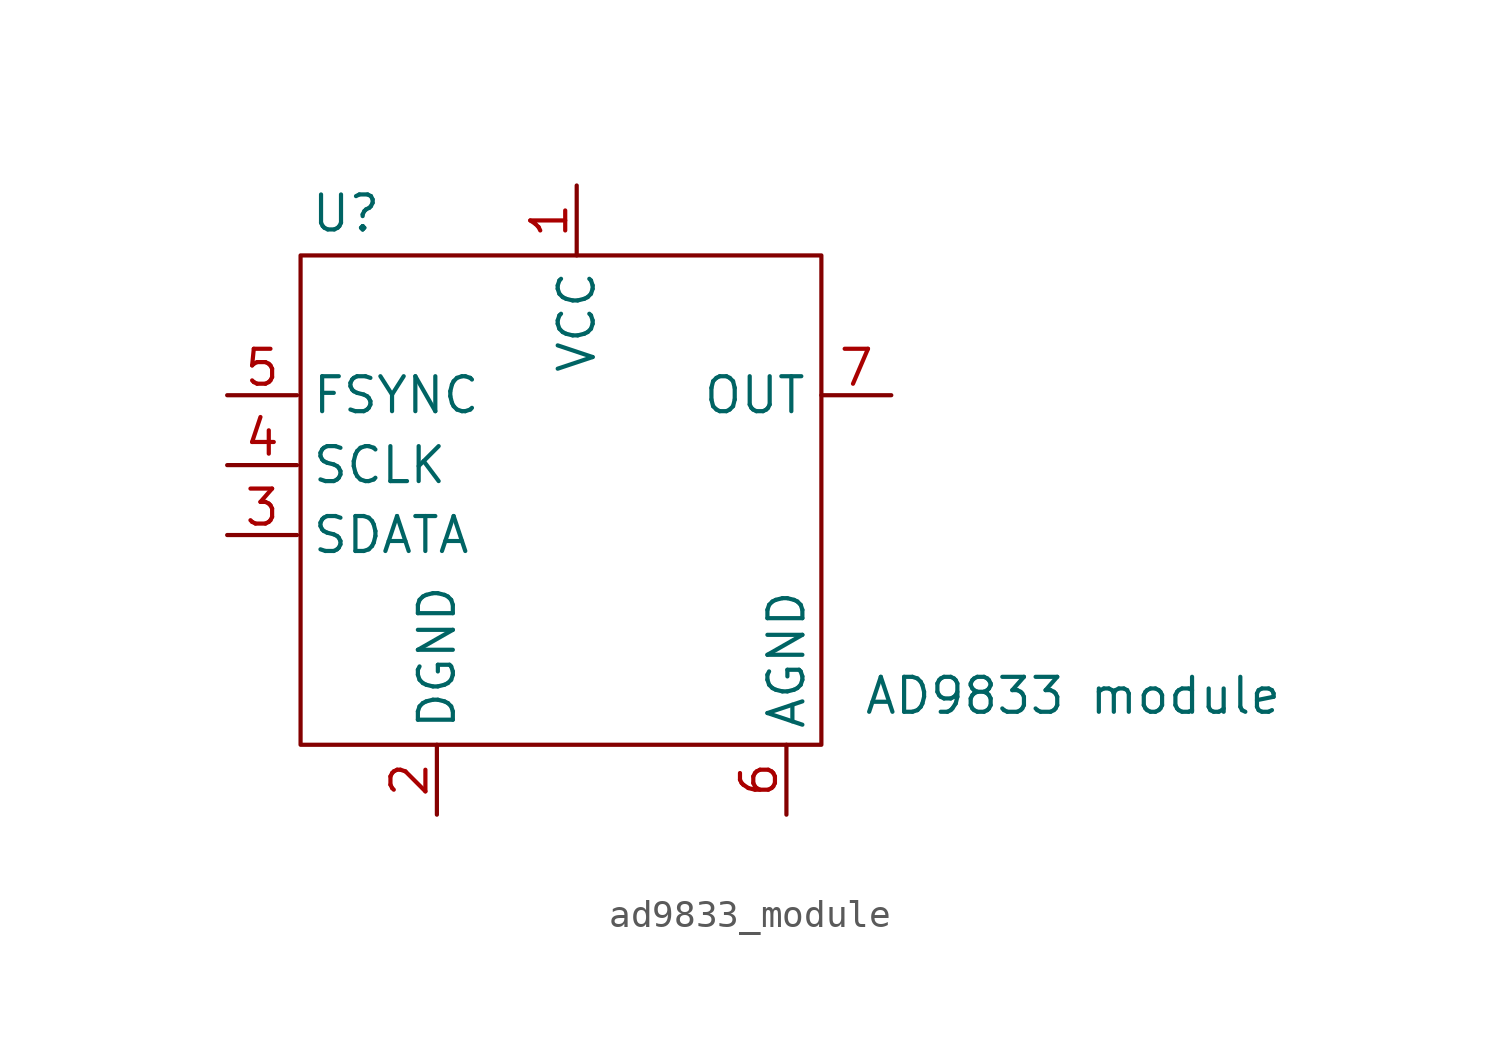
<source format=kicad_sym>
(kicad_symbol_lib
  (version 20220914)
  (generator kicad_symbol_editor)
  (symbol "ad9833_module"
    (property "Reference" "U"
      (at -8.382 9.144 0)
      (effects (font (size 1.27 1.27))))
    (property "Value" "AD9833 module"
      (at 18.034 -8.382 0)
      (effects (font (size 1.27 1.27))))
    (symbol "ad9833_module_0_1"
      (polyline (pts (xy -10.033 2.54) (xy -10.033 7.62) (xy 0.127 7.62) (xy 8.89 7.62) (xy 8.89 2.54) (xy 8.89 -10.16) (xy 7.62 -10.16) (xy -5.08 -10.16) (xy -10.033 -10.16) (xy -10.033 -2.54) (xy -10.033 2.54)) (stroke (width 0) (type default)) (fill (type none))))
    (symbol "ad9833_module_1_1"
      (pin passive line (at 0 10.16 270) (length 2.54) (name "VCC" (effects (font (size 1.27 1.27)))) (number "1" (effects (font (size 1.27 1.27)))))
      (pin passive line (at -5.08 -12.7 90) (length 2.54) (name "DGND" (effects (font (size 1.27 1.27)))) (number "2" (effects (font (size 1.27 1.27)))))
      (pin passive line (at -12.7 -2.54 0) (length 2.54) (name "SDATA" (effects (font (size 1.27 1.27)))) (number "3" (effects (font (size 1.27 1.27)))))
      (pin passive line (at -12.7 0 0) (length 2.54) (name "SCLK" (effects (font (size 1.27 1.27)))) (number "4" (effects (font (size 1.27 1.27)))))
      (pin passive line (at -12.7 2.54 0) (length 2.54) (name "FSYNC" (effects (font (size 1.27 1.27)))) (number "5" (effects (font (size 1.27 1.27)))))
      (pin passive line (at 7.62 -12.7 90) (length 2.54) (name "AGND" (effects (font (size 1.27 1.27)))) (number "6" (effects (font (size 1.27 1.27)))))
      (pin passive line (at 11.43 2.54 180) (length 2.54) (name "OUT" (effects (font (size 1.27 1.27)))) (number "7" (effects (font (size 1.27 1.27))))))))
</source>
